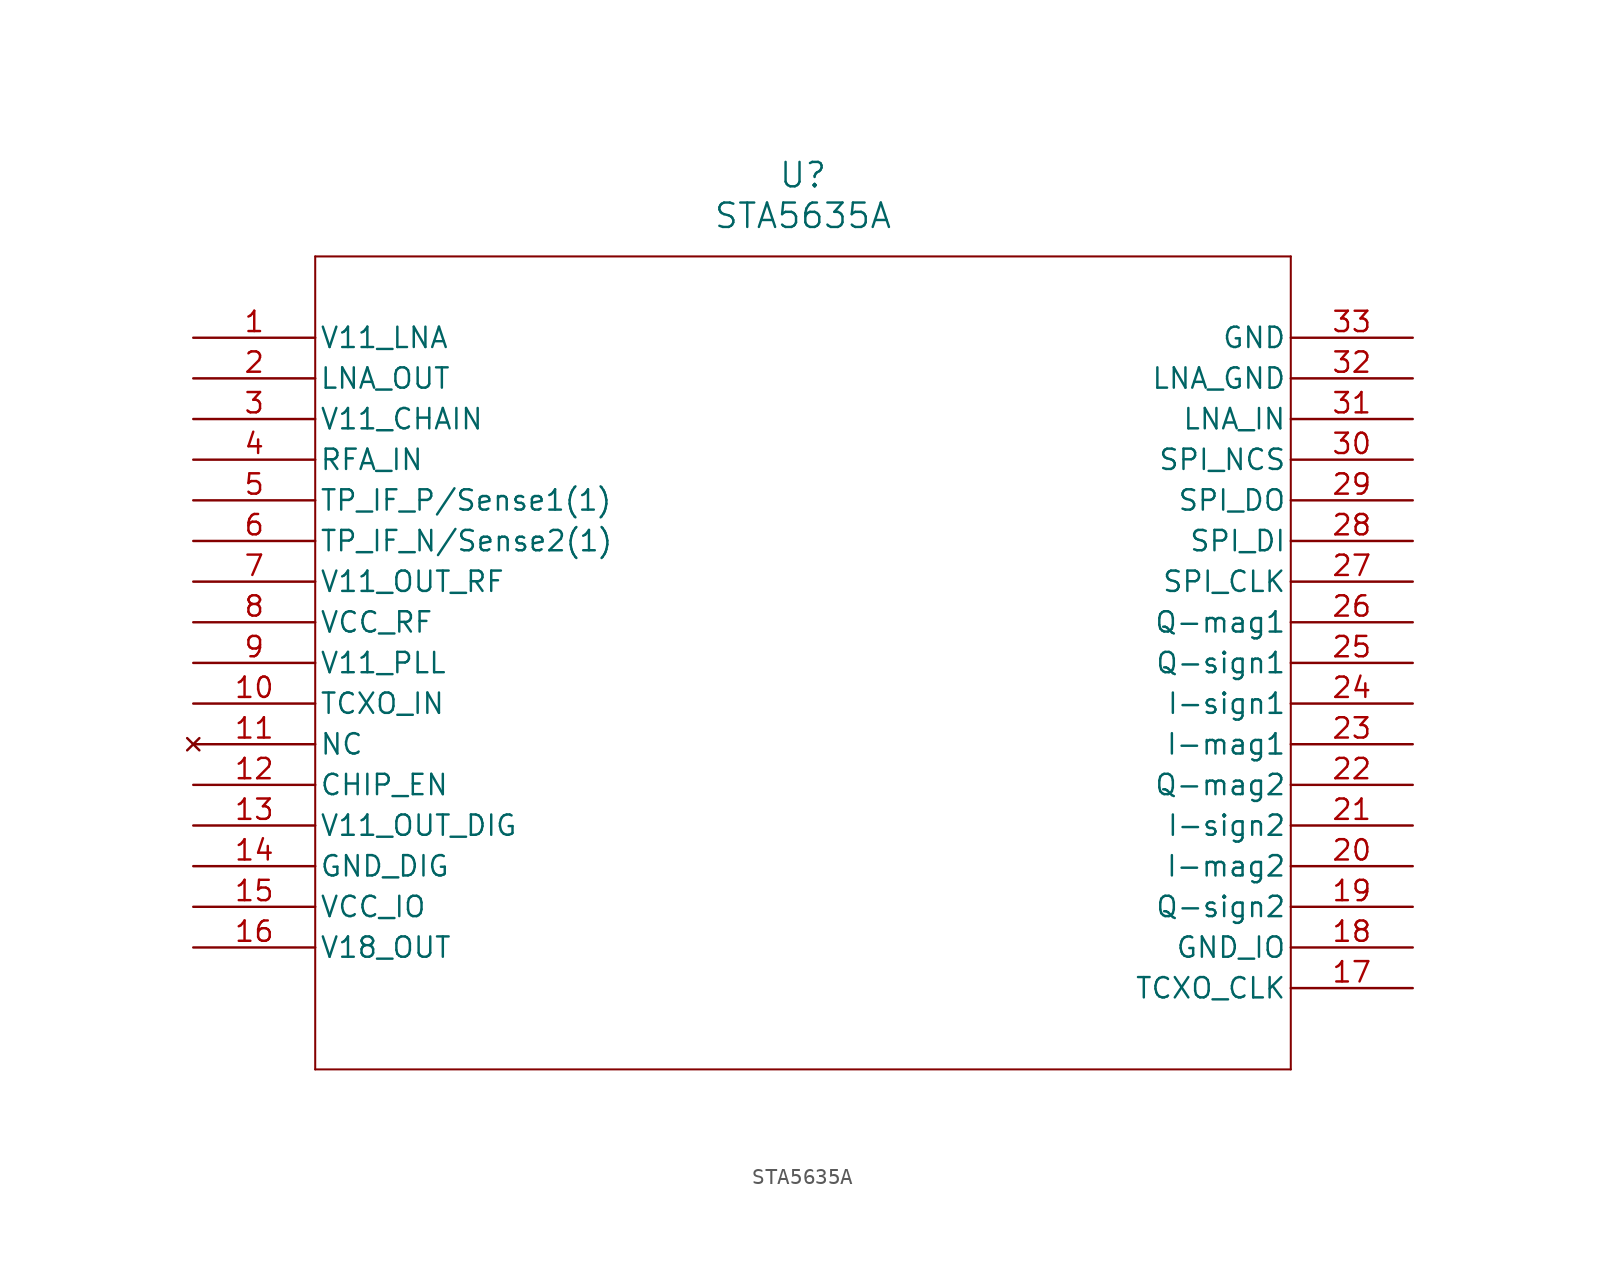
<source format=kicad_sym>
(kicad_symbol_lib
  (version 20211014)
  (generator kicad_symbol_editor)
  (symbol "STA5635A"
    (pin_names
      (offset 0.254))
    (property "Reference" "U"
      (at 38.1 10.16 0)
      (effects (font (size 1.524 1.524))))
    (property "Value" "STA5635A"
      (at 38.1 7.62 0)
      (effects (font (size 1.524 1.524))))
    (symbol "STA5635A_0_1"
      (polyline (pts (xy 7.62 5.08) (xy 7.62 -45.72)) (stroke (width 0.127) (type default) (color 0 0 0 0)) (fill (type none)))
      (polyline (pts (xy 7.62 -45.72) (xy 68.58 -45.72)) (stroke (width 0.127) (type default) (color 0 0 0 0)) (fill (type none)))
      (polyline (pts (xy 68.58 -45.72) (xy 68.58 5.08)) (stroke (width 0.127) (type default) (color 0 0 0 0)) (fill (type none)))
      (polyline (pts (xy 68.58 5.08) (xy 7.62 5.08)) (stroke (width 0.127) (type default) (color 0 0 0 0)) (fill (type none)))
      (pin bidirectional line (at 0 0 0) (length 7.62) (name "V11_LNA" (effects (font (size 1.27 1.27)))) (number "1" (effects (font (size 1.27 1.27)))))
      (pin output line (at 0 -2.54 0) (length 7.62) (name "LNA_OUT" (effects (font (size 1.27 1.27)))) (number "2" (effects (font (size 1.27 1.27)))))
      (pin bidirectional line (at 0 -5.08 0) (length 7.62) (name "V11_CHAIN" (effects (font (size 1.27 1.27)))) (number "3" (effects (font (size 1.27 1.27)))))
      (pin unspecified line (at 0 -7.62 0) (length 7.62) (name "RFA_IN" (effects (font (size 1.27 1.27)))) (number "4" (effects (font (size 1.27 1.27)))))
      (pin unspecified line (at 0 -10.16 0) (length 7.62) (name "TP_IF_P/Sense1(1)" (effects (font (size 1.27 1.27)))) (number "5" (effects (font (size 1.27 1.27)))))
      (pin unspecified line (at 0 -12.7 0) (length 7.62) (name "TP_IF_N/Sense2(1)" (effects (font (size 1.27 1.27)))) (number "6" (effects (font (size 1.27 1.27)))))
      (pin output line (at 0 -15.24 0) (length 7.62) (name "V11_OUT_RF" (effects (font (size 1.27 1.27)))) (number "7" (effects (font (size 1.27 1.27)))))
      (pin power_in line (at 0 -17.78 0) (length 7.62) (name "VCC_RF" (effects (font (size 1.27 1.27)))) (number "8" (effects (font (size 1.27 1.27)))))
      (pin bidirectional line (at 0 -20.32 0) (length 7.62) (name "V11_PLL" (effects (font (size 1.27 1.27)))) (number "9" (effects (font (size 1.27 1.27)))))
      (pin unspecified line (at 0 -22.86 0) (length 7.62) (name "TCXO_IN" (effects (font (size 1.27 1.27)))) (number "10" (effects (font (size 1.27 1.27)))))
      (pin no_connect line (at 0 -25.4 0) (length 7.62) (name "NC" (effects (font (size 1.27 1.27)))) (number "11" (effects (font (size 1.27 1.27)))))
      (pin unspecified line (at 0 -27.94 0) (length 7.62) (name "CHIP_EN" (effects (font (size 1.27 1.27)))) (number "12" (effects (font (size 1.27 1.27)))))
      (pin output line (at 0 -30.48 0) (length 7.62) (name "V11_OUT_DIG" (effects (font (size 1.27 1.27)))) (number "13" (effects (font (size 1.27 1.27)))))
      (pin power_out line (at 0 -33.02 0) (length 7.62) (name "GND_DIG" (effects (font (size 1.27 1.27)))) (number "14" (effects (font (size 1.27 1.27)))))
      (pin power_in line (at 0 -35.56 0) (length 7.62) (name "VCC_IO" (effects (font (size 1.27 1.27)))) (number "15" (effects (font (size 1.27 1.27)))))
      (pin output line (at 0 -38.1 0) (length 7.62) (name "V18_OUT" (effects (font (size 1.27 1.27)))) (number "16" (effects (font (size 1.27 1.27)))))
      (pin unspecified line (at 76.2 -40.64 180) (length 7.62) (name "TCXO_CLK" (effects (font (size 1.27 1.27)))) (number "17" (effects (font (size 1.27 1.27)))))
      (pin power_out line (at 76.2 -38.1 180) (length 7.62) (name "GND_IO" (effects (font (size 1.27 1.27)))) (number "18" (effects (font (size 1.27 1.27)))))
      (pin bidirectional line (at 76.2 -35.56 180) (length 7.62) (name "Q-sign2" (effects (font (size 1.27 1.27)))) (number "19" (effects (font (size 1.27 1.27)))))
      (pin bidirectional line (at 76.2 -33.02 180) (length 7.62) (name "I-mag2" (effects (font (size 1.27 1.27)))) (number "20" (effects (font (size 1.27 1.27)))))
      (pin bidirectional line (at 76.2 -30.48 180) (length 7.62) (name "I-sign2" (effects (font (size 1.27 1.27)))) (number "21" (effects (font (size 1.27 1.27)))))
      (pin bidirectional line (at 76.2 -27.94 180) (length 7.62) (name "Q-mag2" (effects (font (size 1.27 1.27)))) (number "22" (effects (font (size 1.27 1.27)))))
      (pin bidirectional line (at 76.2 -25.4 180) (length 7.62) (name "I-mag1" (effects (font (size 1.27 1.27)))) (number "23" (effects (font (size 1.27 1.27)))))
      (pin bidirectional line (at 76.2 -22.86 180) (length 7.62) (name "I-sign1" (effects (font (size 1.27 1.27)))) (number "24" (effects (font (size 1.27 1.27)))))
      (pin bidirectional line (at 76.2 -20.32 180) (length 7.62) (name "Q-sign1" (effects (font (size 1.27 1.27)))) (number "25" (effects (font (size 1.27 1.27)))))
      (pin bidirectional line (at 76.2 -17.78 180) (length 7.62) (name "Q-mag1" (effects (font (size 1.27 1.27)))) (number "26" (effects (font (size 1.27 1.27)))))
      (pin unspecified line (at 76.2 -15.24 180) (length 7.62) (name "SPI_CLK" (effects (font (size 1.27 1.27)))) (number "27" (effects (font (size 1.27 1.27)))))
      (pin unspecified line (at 76.2 -12.7 180) (length 7.62) (name "SPI_DI" (effects (font (size 1.27 1.27)))) (number "28" (effects (font (size 1.27 1.27)))))
      (pin unspecified line (at 76.2 -10.16 180) (length 7.62) (name "SPI_DO" (effects (font (size 1.27 1.27)))) (number "29" (effects (font (size 1.27 1.27)))))
      (pin unspecified line (at 76.2 -7.62 180) (length 7.62) (name "SPI_NCS" (effects (font (size 1.27 1.27)))) (number "30" (effects (font (size 1.27 1.27)))))
      (pin unspecified line (at 76.2 -5.08 180) (length 7.62) (name "LNA_IN" (effects (font (size 1.27 1.27)))) (number "31" (effects (font (size 1.27 1.27)))))
      (pin power_out line (at 76.2 -2.54 180) (length 7.62) (name "LNA_GND" (effects (font (size 1.27 1.27)))) (number "32" (effects (font (size 1.27 1.27)))))
      (pin power_out line (at 76.2 0 180) (length 7.62) (name "GND" (effects (font (size 1.27 1.27)))) (number "33" (effects (font (size 1.27 1.27))))))))
</source>
